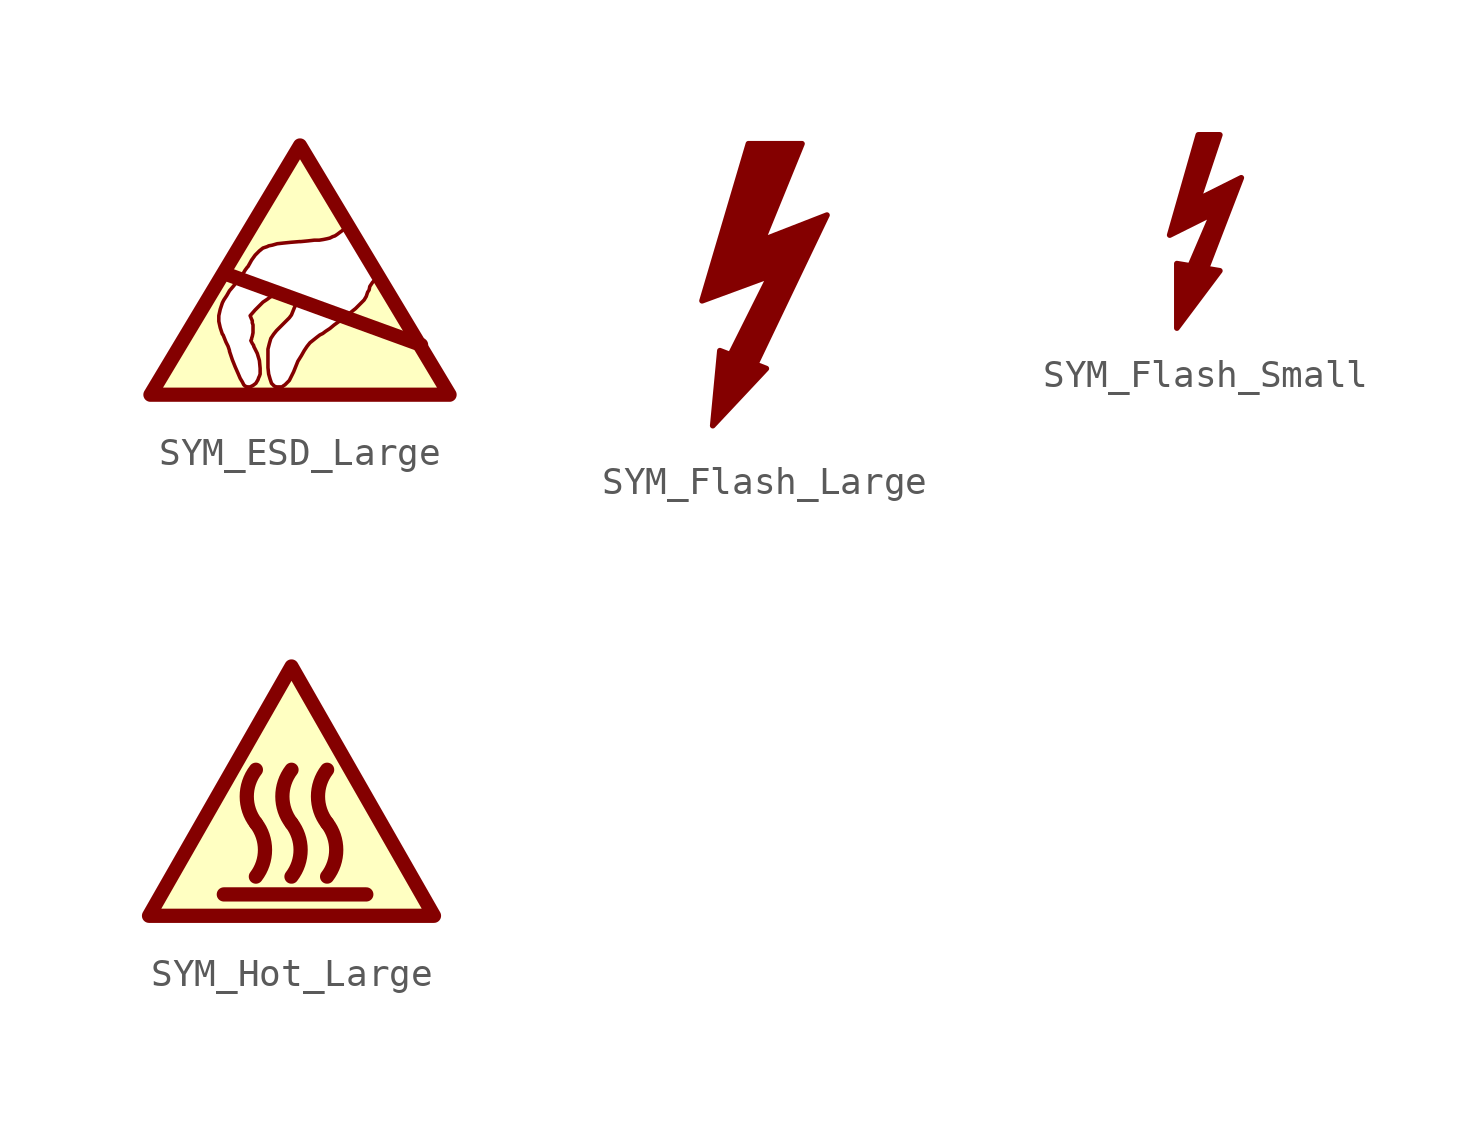
<source format=kicad_sym>
(kicad_symbol_lib
  (version 20211014)
  (generator kicad_symbol_editor)
  (symbol "SYM_ESD_Large"
    (pin_names
      (offset 1.016))
    (property "Reference" "SYM"
      (at 0 5.08 0)
      (effects (font (size 1.27 1.27)) hide))
    (symbol "SYM_ESD_Large_0_0"
      (polyline (pts (xy -2.667 -0.762) (xy 4.318 -3.302)) (stroke (width 0.508) (type default) (color 0 0 0 0)) (fill (type none)))
      (polyline (pts (xy 0.483 -5.131) (xy 5.385 -5.131) (xy 5.385 -5.105) (xy 5.334 -5.055) (xy 5.283 -4.953) (xy 5.207 -4.826) (xy 5.004 -4.47) (xy 4.877 -4.267) (xy 4.75 -4.039) (xy 4.14 -3.023) (xy 3.988 -2.743) (xy 3.531 -1.981) (xy 3.404 -1.753) (xy 3.277 -1.549) (xy 3.15 -1.372) (xy 3.073 -1.194) (xy 2.997 -1.067) (xy 2.921 -0.965) (xy 2.896 -0.889) (xy 2.845 -0.838) (xy 2.819 -0.864) (xy 2.769 -0.889) (xy 2.591 -1.067) (xy 2.489 -1.219) (xy 2.464 -1.346) (xy 2.413 -1.422) (xy 2.362 -1.575) (xy 2.286 -1.702) (xy 1.981 -2.007) (xy 1.854 -2.108) (xy 1.702 -2.235) (xy 1.549 -2.337) (xy 1.397 -2.464) (xy 1.219 -2.591) (xy 1.067 -2.718) (xy 0.914 -2.819) (xy 0.813 -2.896) (xy 0.711 -2.946) (xy 0.61 -3.023) (xy 0.356 -3.226) (xy 0.254 -3.353) (xy 0.152 -3.505) (xy 0.051 -3.683) (xy -0.076 -3.886) (xy -0.229 -4.267) (xy -0.381 -4.572) (xy -0.533 -4.724) (xy -0.61 -4.775) (xy -0.635 -4.801) (xy -0.838 -4.801) (xy -0.914 -4.775) (xy -1.016 -4.674) (xy -1.067 -4.521) (xy -1.118 -4.343) (xy -1.143 -4.115) (xy -1.143 -3.454) (xy -1.092 -3.251) (xy -1.041 -3.073) (xy -0.94 -2.921) (xy -0.838 -2.794) (xy -0.381 -2.337) (xy -0.305 -2.235) (xy -0.203 -1.981) (xy -0.178 -1.93) (xy -0.152 -1.829) (xy -0.127 -1.753) (xy -0.127 -1.727) (xy -0.203 -1.651) (xy -0.254 -1.575) (xy -0.356 -1.524) (xy -0.432 -1.448) (xy -0.508 -1.397) (xy -0.559 -1.346) (xy -0.61 -1.346) (xy -0.66 -1.372) (xy -0.737 -1.422) (xy -0.838 -1.473) (xy -0.965 -1.549) (xy -1.067 -1.6) (xy -1.168 -1.676) (xy -1.321 -1.778) (xy -1.6 -2.057) (xy -1.778 -2.261) (xy -1.727 -2.388) (xy -1.702 -2.438) (xy -1.702 -2.515) (xy -1.676 -2.591) (xy -1.676 -2.87) (xy -1.702 -2.997) (xy -1.727 -3.073) (xy -1.727 -3.099) (xy -1.753 -3.15) (xy -1.702 -3.251) (xy -1.651 -3.327) (xy -1.651 -3.353) (xy -1.524 -3.607) (xy -1.448 -3.861) (xy -1.422 -4.14) (xy -1.422 -4.343) (xy -1.448 -4.42) (xy -1.473 -4.47) (xy -1.499 -4.547) (xy -1.575 -4.674) (xy -1.676 -4.75) (xy -1.778 -4.801) (xy -1.88 -4.801) (xy -1.956 -4.775) (xy -2.007 -4.724) (xy -2.057 -4.623) (xy -2.134 -4.496) (xy -2.21 -4.318) (xy -2.311 -4.089) (xy -2.413 -3.835) (xy -2.515 -3.531) (xy -2.515 -3.505) (xy -2.565 -3.353) (xy -2.642 -3.2) (xy -2.743 -2.946) (xy -2.769 -2.921) (xy -2.845 -2.692) (xy -2.896 -2.464) (xy -2.896 -2.261) (xy -2.845 -2.032) (xy -2.769 -1.803) (xy -2.718 -1.702) (xy -2.616 -1.549) (xy -2.515 -1.372) (xy -2.362 -1.194) (xy -2.21 -0.991) (xy -2.108 -0.889) (xy -1.956 -0.635) (xy -1.88 -0.533) (xy -1.854 -0.508) (xy -1.727 -0.279) (xy -1.6 -0.102) (xy -1.448 0.051) (xy -1.321 0.152) (xy -1.168 0.203) (xy -1.118 0.229) (xy -0.991 0.254) (xy -0.813 0.305) (xy -0.584 0.33) (xy -0.33 0.356) (xy -0.025 0.381) (xy 0.025 0.381) (xy 0.279 0.406) (xy 0.508 0.432) (xy 0.686 0.432) (xy 0.838 0.457) (xy 0.965 0.483) (xy 1.067 0.508) (xy 1.168 0.559) (xy 1.245 0.584) (xy 1.321 0.635) (xy 1.524 0.787) (xy 1.727 0.991) (xy 1.727 1.041) (xy 1.702 1.092) (xy 1.651 1.168) (xy 1.6 1.27) (xy 1.499 1.422) (xy 1.422 1.6) (xy 1.168 2.007) (xy 1.041 2.235) (xy 0.66 2.87) (xy 0.508 3.099) (xy 0.406 3.302) (xy 0.305 3.454) (xy 0.229 3.581) (xy 0.152 3.683) (xy 0.102 3.759) (xy 0.051 3.861) (xy 0.025 3.886) (xy -0.051 3.886) (xy -0.051 3.861) (xy -0.127 3.785) (xy -0.152 3.734) (xy -0.203 3.658) (xy -0.254 3.556) (xy -0.406 3.302) (xy -0.508 3.15) (xy -0.61 2.972) (xy -0.737 2.769) (xy -1.041 2.261) (xy -1.219 1.956) (xy -1.422 1.626) (xy -1.88 0.864) (xy -2.134 0.406) (xy -2.438 -0.076) (xy -2.743 -0.61) (xy -2.921 -0.889) (xy -3.429 -1.753) (xy -3.658 -2.159) (xy -3.886 -2.54) (xy -4.115 -2.896) (xy -4.318 -3.251) (xy -4.521 -3.581) (xy -4.674 -3.886) (xy -4.851 -4.14) (xy -4.978 -4.394) (xy -5.105 -4.597) (xy -5.232 -4.775) (xy -5.359 -5.029) (xy -5.41 -5.105) (xy -5.41 -5.131) (xy -0.711 -5.131) (xy -0.025 -5.156) (xy 0.483 -5.131)) (stroke (width 0.127) (type default) (color 0 0 0 0)) (fill (type background))))
    (symbol "SYM_ESD_Large_0_1"
      (polyline (pts (xy -5.334 -5.08) (xy 5.334 -5.08) (xy 0 3.81) (xy -5.334 -5.08)) (stroke (width 0.508) (type default) (color 0 0 0 0)) (fill (type none)))))
  (symbol "SYM_Flash_Large"
    (pin_names
      (offset 1.016))
    (property "Reference" "SYM"
      (at -3.81 0 90)
      (effects (font (size 1.27 1.27)) hide))
    (symbol "SYM_Flash_Large_0_1"
      (polyline (pts (xy 0.127 -3.556) (xy -1.524 -2.921) (xy -1.778 -5.588) (xy 0.127 -3.556)) (stroke (width 0.203) (type default) (color 0 0 0 0)) (fill (type outline)))
      (polyline (pts (xy -0.508 4.445) (xy 1.397 4.445) (xy 0 1.016) (xy 2.286 1.905) (xy -0.508 -3.937) (xy -1.397 -3.556) (xy 0.254 -0.254) (xy -2.159 -1.143) (xy -0.508 4.445)) (stroke (width 0.203) (type default) (color 0 0 0 0)) (fill (type outline)))))
  (symbol "SYM_Flash_Small"
    (pin_names
      (offset 1.016))
    (property "Reference" "SYM"
      (at -2.286 0 90)
      (effects (font (size 1.27 1.27)) hide))
    (symbol "SYM_Flash_Small_0_1"
      (polyline (pts (xy 0.508 -1.016) (xy -1.016 -0.762) (xy -1.016 -3.048) (xy 0.508 -1.016)) (stroke (width 0.203) (type default) (color 0 0 0 0)) (fill (type outline)))
      (polyline (pts (xy -0.254 3.81) (xy 0.508 3.81) (xy -0.254 1.524) (xy 1.27 2.286) (xy 0 -1.016) (xy -0.508 -0.762) (xy 0.254 1.016) (xy -1.27 0.254) (xy -0.254 3.81)) (stroke (width 0.203) (type default) (color 0 0 0 0)) (fill (type outline)))))
  (symbol "SYM_Hot_Large"
    (pin_names
      (offset 1.016) hide)
    (property "Reference" "SYM"
      (at 0 5.08 0)
      (effects (font (size 1.27 1.27)) hide))
    (symbol "SYM_Hot_Large_0_1"
      (arc (start -1.27 -3.683) (mid -0.9449 -2.728) (end -1.27 -1.778) (stroke (width 0.508) (type default) (color 0 0 0 0)) (fill (type none)))
      (arc (start -1.27 0.127) (mid -1.5951 -0.828) (end -1.27 -1.778) (stroke (width 0.508) (type default) (color 0 0 0 0)) (fill (type none)))
      (arc (start 0 -3.683) (mid 0.3251 -2.728) (end 0 -1.778) (stroke (width 0.508) (type default) (color 0 0 0 0)) (fill (type none)))
      (polyline (pts (xy -2.413 -4.318) (xy 2.667 -4.318)) (stroke (width 0.508) (type default) (color 0 0 0 0)) (fill (type none)))
      (polyline (pts (xy -5.08 -5.08) (xy 5.08 -5.08) (xy 0 3.81) (xy -5.08 -5.08)) (stroke (width 0.508) (type default) (color 0 0 0 0)) (fill (type background)))
      (arc (start 0 0.127) (mid -0.3251 -0.828) (end 0 -1.778) (stroke (width 0.508) (type default) (color 0 0 0 0)) (fill (type none)))
      (arc (start 1.27 -3.683) (mid 1.5951 -2.728) (end 1.27 -1.778) (stroke (width 0.508) (type default) (color 0 0 0 0)) (fill (type none)))
      (arc (start 1.27 0.127) (mid 0.9449 -0.828) (end 1.27 -1.778) (stroke (width 0.508) (type default) (color 0 0 0 0)) (fill (type none))))))
</source>
